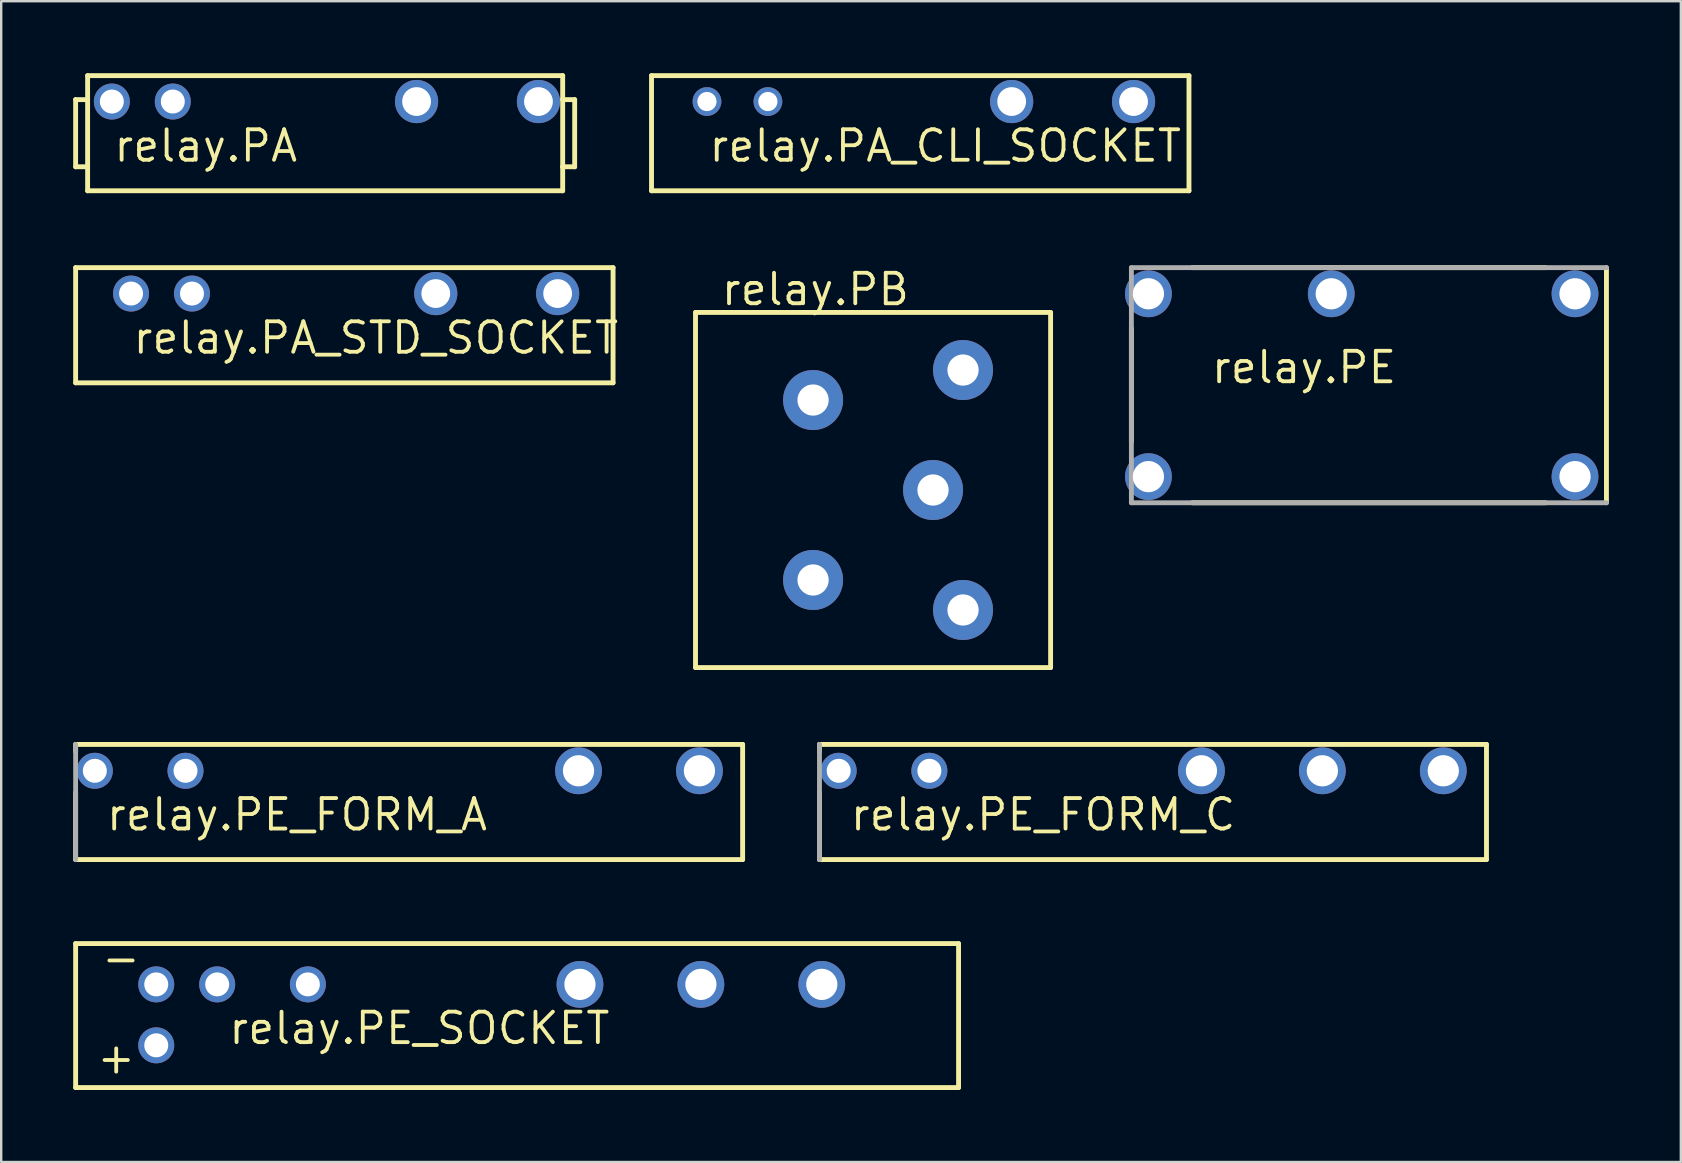
<source format=kicad_pcb>
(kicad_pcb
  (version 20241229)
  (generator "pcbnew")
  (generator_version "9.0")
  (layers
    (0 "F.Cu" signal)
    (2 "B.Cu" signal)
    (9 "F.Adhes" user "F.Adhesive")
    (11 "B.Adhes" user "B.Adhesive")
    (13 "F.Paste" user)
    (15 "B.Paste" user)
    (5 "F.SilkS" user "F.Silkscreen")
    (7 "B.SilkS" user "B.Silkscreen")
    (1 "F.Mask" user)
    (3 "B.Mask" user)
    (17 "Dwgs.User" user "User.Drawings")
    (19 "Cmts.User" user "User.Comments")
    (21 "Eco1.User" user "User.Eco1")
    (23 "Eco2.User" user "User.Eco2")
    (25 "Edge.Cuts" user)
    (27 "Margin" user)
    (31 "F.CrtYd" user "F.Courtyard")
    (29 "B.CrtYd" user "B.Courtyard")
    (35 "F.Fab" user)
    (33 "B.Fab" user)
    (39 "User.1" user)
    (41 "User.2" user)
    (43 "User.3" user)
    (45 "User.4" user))
  (footprint "relay.PE_FORM_A"
    (layer "F.Cu")
    (at 14.002 30.376)
    (property "Reference" "relay.PE_FORM_A" (at -12.7 1.27 0) (layer "F.SilkS") (effects (font (size 1.27 1.27) (thickness 0.16)) (justify left bottom)))
    (attr through_hole)
    (fp_line (start -13.9 -2.4) (end -13.9 -2.1) (stroke (width 0.203) (type default)) (layer "F.SilkS"))
    (fp_line (start -13.9 -2.4) (end 13.9 -2.4) (stroke (width 0.203) (type default)) (layer "F.SilkS"))
    (fp_line (start -13.9 2.4) (end -13.9 -0.4) (stroke (width 0.203) (type default)) (layer "F.SilkS"))
    (fp_line (start 13.9 -2.4) (end 13.9 2.4) (stroke (width 0.203) (type default)) (layer "F.SilkS"))
    (fp_line (start 13.9 2.4) (end -13.9 2.4) (stroke (width 0.203) (type default)) (layer "F.SilkS"))
    (fp_line (start -13.9 -2.4) (end -13.9 -2.15) (stroke (width 0.203) (type default)) (layer "F.Fab"))
    (fp_line (start -13.9 2.4) (end -13.9 -2.15) (stroke (width 0.203) (type default)) (layer "F.Fab"))
    (pad "1" thru_hole circle (at -13.1 -1.3) (size 1.5 1.5) (drill 1) (layers "*.Cu" "*.Mask"))
    (pad "2" thru_hole circle (at -9.32 -1.3) (size 1.5 1.5) (drill 1) (layers "*.Cu" "*.Mask"))
    (pad "COM" thru_hole circle (at 7.06 -1.3) (size 1.95 1.95) (drill 1.3) (layers "*.Cu" "*.Mask"))
    (pad "NO" thru_hole circle (at 12.1 -1.3) (size 1.95 1.95) (drill 1.3) (layers "*.Cu" "*.Mask")))
  (footprint "relay.PA"
    (layer "F.Cu")
    (at 10.502 2.502)
    (property "Reference" "relay.PA" (at -8.89 1.27 0) (layer "F.SilkS") (effects (font (size 1.27 1.27) (thickness 0.16)) (justify left bottom)))
    (attr through_hole)
    (fp_line (start -10.4 -1.4) (end -9.9 -1.4) (stroke (width 0.203) (type default)) (layer "F.SilkS"))
    (fp_line (start -10.4 1.4) (end -10.4 -1.4) (stroke (width 0.203) (type default)) (layer "F.SilkS"))
    (fp_line (start -9.9 -2.4) (end 9.9 -2.4) (stroke (width 0.203) (type default)) (layer "F.SilkS"))
    (fp_line (start -9.9 1.4) (end -10.4 1.4) (stroke (width 0.203) (type default)) (layer "F.SilkS"))
    (fp_line (start -9.9 2.4) (end -9.9 -2.4) (stroke (width 0.203) (type default)) (layer "F.SilkS"))
    (fp_line (start 9.9 -2.4) (end 9.9 -1.4) (stroke (width 0.203) (type default)) (layer "F.SilkS"))
    (fp_line (start 9.9 -1.4) (end 9.9 1.4) (stroke (width 0.203) (type default)) (layer "F.SilkS"))
    (fp_line (start 9.9 -1.4) (end 10.4 -1.4) (stroke (width 0.203) (type default)) (layer "F.SilkS"))
    (fp_line (start 9.9 1.4) (end 9.9 2.4) (stroke (width 0.203) (type default)) (layer "F.SilkS"))
    (fp_line (start 9.9 2.4) (end -9.9 2.4) (stroke (width 0.203) (type default)) (layer "F.SilkS"))
    (fp_line (start 10.4 -1.4) (end 10.4 1.4) (stroke (width 0.203) (type default)) (layer "F.SilkS"))
    (fp_line (start 10.4 1.4) (end 9.9 1.4) (stroke (width 0.203) (type default)) (layer "F.SilkS"))
    (pad "1" thru_hole circle (at -8.89 -1.32) (size 1.5 1.5) (drill 1) (layers "*.Cu" "*.Mask"))
    (pad "2" thru_hole circle (at -6.35 -1.32) (size 1.5 1.5) (drill 1) (layers "*.Cu" "*.Mask"))
    (pad "COM" thru_hole circle (at 8.89 -1.32) (size 1.8 1.8) (drill 1.2) (layers "*.Cu" "*.Mask"))
    (pad "NO" thru_hole circle (at 3.81 -1.32) (size 1.8 1.8) (drill 1.2) (layers "*.Cu" "*.Mask")))
  (footprint "relay.PB"
    (layer "F.Cu")
    (at 33.278 17.373)
    (property "Reference" "relay.PB" (at -6.35 -7.62 0) (layer "F.SilkS") (effects (font (size 1.27 1.27) (thickness 0.16)) (justify left bottom)))
    (attr through_hole)
    (fp_line (start -7.34 -7.4) (end 7.46 -7.4) (stroke (width 0.203) (type default)) (layer "F.SilkS"))
    (fp_line (start -7.34 7.4) (end -7.34 -7.4) (stroke (width 0.203) (type default)) (layer "F.SilkS"))
    (fp_line (start 7.46 -7.4) (end 7.46 7.4) (stroke (width 0.203) (type default)) (layer "F.SilkS"))
    (fp_line (start 7.46 7.4) (end -7.34 7.4) (stroke (width 0.203) (type default)) (layer "F.SilkS"))
    (pad "11" thru_hole circle (at 3.81 5) (size 2.5 2.5) (drill 1.3) (layers "*.Cu" "*.Mask"))
    (pad "12" thru_hole circle (at 2.56 0) (size 2.5 2.5) (drill 1.3) (layers "*.Cu" "*.Mask"))
    (pad "14" thru_hole circle (at 3.81 -5) (size 2.5 2.5) (drill 1.3) (layers "*.Cu" "*.Mask"))
    (pad "A1" thru_hole circle (at -2.44 3.75) (size 2.5 2.5) (drill 1.3) (layers "*.Cu" "*.Mask"))
    (pad "A2" thru_hole circle (at -2.44 -3.75) (size 2.5 2.5) (drill 1.3) (layers "*.Cu" "*.Mask")))
  (footprint "relay.PA_STD_SOCKET"
    (layer "F.Cu")
    (at 11.302 10.505)
    (property "Reference" "relay.PA_STD_SOCKET" (at -8.89 1.27 0) (layer "F.SilkS") (effects (font (size 1.27 1.27) (thickness 0.16)) (justify left bottom)))
    (attr through_hole)
    (fp_line (start -11.2 -2.4) (end 11.2 -2.4) (stroke (width 0.203) (type default)) (layer "F.SilkS"))
    (fp_line (start -11.2 2.4) (end -11.2 -2.4) (stroke (width 0.203) (type default)) (layer "F.SilkS"))
    (fp_line (start 11.2 -2.4) (end 11.2 2.4) (stroke (width 0.203) (type default)) (layer "F.SilkS"))
    (fp_line (start 11.2 2.4) (end -11.2 2.4) (stroke (width 0.203) (type default)) (layer "F.SilkS"))
    (pad "1" thru_hole circle (at -8.89 -1.32) (size 1.5 1.5) (drill 1) (layers "*.Cu" "*.Mask"))
    (pad "2" thru_hole circle (at -6.35 -1.32) (size 1.5 1.5) (drill 1) (layers "*.Cu" "*.Mask"))
    (pad "COM" thru_hole circle (at 8.89 -1.32) (size 1.8 1.8) (drill 1.2) (layers "*.Cu" "*.Mask"))
    (pad "NO" thru_hole circle (at 3.81 -1.32) (size 1.8 1.8) (drill 1.2) (layers "*.Cu" "*.Mask")))
  (footprint "relay.PE_SOCKET"
    (layer "F.Cu")
    (at 19.102 39.278)
    (property "Reference" "relay.PE_SOCKET" (at -12.7 1.27 0) (layer "F.SilkS") (effects (font (size 1.27 1.27) (thickness 0.16)) (justify left bottom)))
    (attr through_hole)
    (fp_line (start -19 -3) (end 17.8 -3) (stroke (width 0.203) (type default)) (layer "F.SilkS"))
    (fp_line (start -19 3) (end -19 -3) (stroke (width 0.203) (type default)) (layer "F.SilkS"))
    (fp_line (start 17.8 -3) (end 17.8 3) (stroke (width 0.203) (type default)) (layer "F.SilkS"))
    (fp_line (start 17.8 3) (end -19 3) (stroke (width 0.203) (type default)) (layer "F.SilkS"))
    (fp_text user "+" (at -18.2 2.5 0) (layer "F.SilkS") (effects (font (size 1.27 1.27) (thickness 0.16)) (justify left bottom)))
    (fp_text user "-" (at -18 -1.65 0) (layer "F.SilkS") (effects (font (size 1.27 1.27) (thickness 0.16)) (justify left bottom)))
    (pad "+LED" thru_hole circle (at -15.64 1.24) (size 1.5 1.5) (drill 1) (layers "*.Cu" "*.Mask"))
    (pad "-LED" thru_hole circle (at -15.64 -1.3) (size 1.5 1.5) (drill 1) (layers "*.Cu" "*.Mask"))
    (pad "1" thru_hole circle (at -13.1 -1.3) (size 1.5 1.5) (drill 1) (layers "*.Cu" "*.Mask"))
    (pad "2" thru_hole circle (at -9.32 -1.3) (size 1.5 1.5) (drill 1) (layers "*.Cu" "*.Mask"))
    (pad "COM" thru_hole circle (at 7.06 -1.3) (size 1.95 1.95) (drill 1.3) (layers "*.Cu" "*.Mask"))
    (pad "NC" thru_hole circle (at 2.02 -1.3) (size 1.95 1.95) (drill 1.3) (layers "*.Cu" "*.Mask"))
    (pad "NO" thru_hole circle (at 12.1 -1.3) (size 1.95 1.95) (drill 1.3) (layers "*.Cu" "*.Mask")))
  (footprint "relay.PE_FORM_C"
    (layer "F.Cu")
    (at 45.005 30.376)
    (property "Reference" "relay.PE_FORM_C" (at -12.7 1.27 0) (layer "F.SilkS") (effects (font (size 1.27 1.27) (thickness 0.16)) (justify left bottom)))
    (attr through_hole)
    (fp_line (start -13.9 -2.4) (end -13.9 -2.1) (stroke (width 0.203) (type default)) (layer "F.SilkS"))
    (fp_line (start -13.9 -2.4) (end 13.9 -2.4) (stroke (width 0.203) (type default)) (layer "F.SilkS"))
    (fp_line (start -13.9 2.4) (end -13.9 -0.4) (stroke (width 0.203) (type default)) (layer "F.SilkS"))
    (fp_line (start 13.9 -2.4) (end 13.9 2.4) (stroke (width 0.203) (type default)) (layer "F.SilkS"))
    (fp_line (start 13.9 2.4) (end -13.9 2.4) (stroke (width 0.203) (type default)) (layer "F.SilkS"))
    (fp_line (start -13.9 -2.4) (end -13.9 -2.15) (stroke (width 0.203) (type default)) (layer "F.Fab"))
    (fp_line (start -13.9 2.4) (end -13.9 -2.15) (stroke (width 0.203) (type default)) (layer "F.Fab"))
    (pad "1" thru_hole circle (at -13.1 -1.3) (size 1.5 1.5) (drill 1) (layers "*.Cu" "*.Mask"))
    (pad "2" thru_hole circle (at -9.32 -1.3) (size 1.5 1.5) (drill 1) (layers "*.Cu" "*.Mask"))
    (pad "COM" thru_hole circle (at 7.06 -1.3) (size 1.95 1.95) (drill 1.3) (layers "*.Cu" "*.Mask"))
    (pad "NC" thru_hole circle (at 2.02 -1.3) (size 1.95 1.95) (drill 1.3) (layers "*.Cu" "*.Mask"))
    (pad "NO" thru_hole circle (at 12.1 -1.3) (size 1.95 1.95) (drill 1.3) (layers "*.Cu" "*.Mask")))
  (footprint "relay.PE"
    (layer "F.Cu")
    (at 53.705 13.005)
    (property "Reference" "relay.PE" (at -6.35 0 0) (layer "F.SilkS") (effects (font (size 1.27 1.27) (thickness 0.16)) (justify left bottom)))
    (attr through_hole)
    (fp_line (start -9.6 2.36) (end -9.6 -2.36) (stroke (width 0.203) (type default)) (layer "F.SilkS"))
    (fp_line (start -7.06 -4.9) (end 7.66 -4.9) (stroke (width 0.203) (type default)) (layer "F.SilkS"))
    (fp_line (start 7.66 4.9) (end -7.06 4.9) (stroke (width 0.203) (type default)) (layer "F.SilkS"))
    (fp_line (start 10.2 -4.9) (end 10.2 4.9) (stroke (width 0.203) (type default)) (layer "F.SilkS"))
    (fp_line (start -9.6 -4.9) (end 10.2 -4.9) (stroke (width 0.203) (type default)) (layer "F.Fab"))
    (fp_line (start -9.6 4.9) (end -9.6 -4.9) (stroke (width 0.203) (type default)) (layer "F.Fab"))
    (fp_line (start 10.2 4.9) (end -9.6 4.9) (stroke (width 0.203) (type default)) (layer "F.Fab"))
    (pad "11" thru_hole circle (at -1.27 -3.81 180) (size 1.95 1.95) (drill 1.3) (layers "*.Cu" "*.Mask"))
    (pad "12" thru_hole circle (at -8.89 3.81 180) (size 1.95 1.95) (drill 1.3) (layers "*.Cu" "*.Mask"))
    (pad "14" thru_hole circle (at -8.89 -3.81 180) (size 1.95 1.95) (drill 1.3) (layers "*.Cu" "*.Mask"))
    (pad "A1" thru_hole circle (at 8.89 -3.81 180) (size 1.95 1.95) (drill 1.3) (layers "*.Cu" "*.Mask"))
    (pad "A2" thru_hole circle (at 8.89 3.81 180) (size 1.95 1.95) (drill 1.3) (layers "*.Cu" "*.Mask")))
  (footprint "relay.PA_CLI_SOCKET"
    (layer "F.Cu")
    (at 35.305 2.502)
    (property "Reference" "relay.PA_CLI_SOCKET" (at -8.89 1.27 0) (layer "F.SilkS") (effects (font (size 1.27 1.27) (thickness 0.16)) (justify left bottom)))
    (attr through_hole)
    (fp_line (start -11.2 -2.4) (end 11.2 -2.4) (stroke (width 0.203) (type default)) (layer "F.SilkS"))
    (fp_line (start -11.2 2.4) (end -11.2 -2.4) (stroke (width 0.203) (type default)) (layer "F.SilkS"))
    (fp_line (start 11.2 -2.4) (end 11.2 2.4) (stroke (width 0.203) (type default)) (layer "F.SilkS"))
    (fp_line (start 11.2 2.4) (end -11.2 2.4) (stroke (width 0.203) (type default)) (layer "F.SilkS"))
    (pad "1" thru_hole circle (at -8.89 -1.32) (size 1.2 1.2) (drill 0.8) (layers "*.Cu" "*.Mask"))
    (pad "2" thru_hole circle (at -6.35 -1.32) (size 1.2 1.2) (drill 0.8) (layers "*.Cu" "*.Mask"))
    (pad "COM" thru_hole circle (at 8.89 -1.32) (size 1.8 1.8) (drill 1.2) (layers "*.Cu" "*.Mask"))
    (pad "NO" thru_hole circle (at 3.81 -1.32) (size 1.8 1.8) (drill 1.2) (layers "*.Cu" "*.Mask")))
  (gr_rect
    (start -3 -3)
    (end 67.006 45.38)
    (stroke (width 0.1) (type default))
    (fill no)
    (layer "Edge.Cuts")))
</source>
